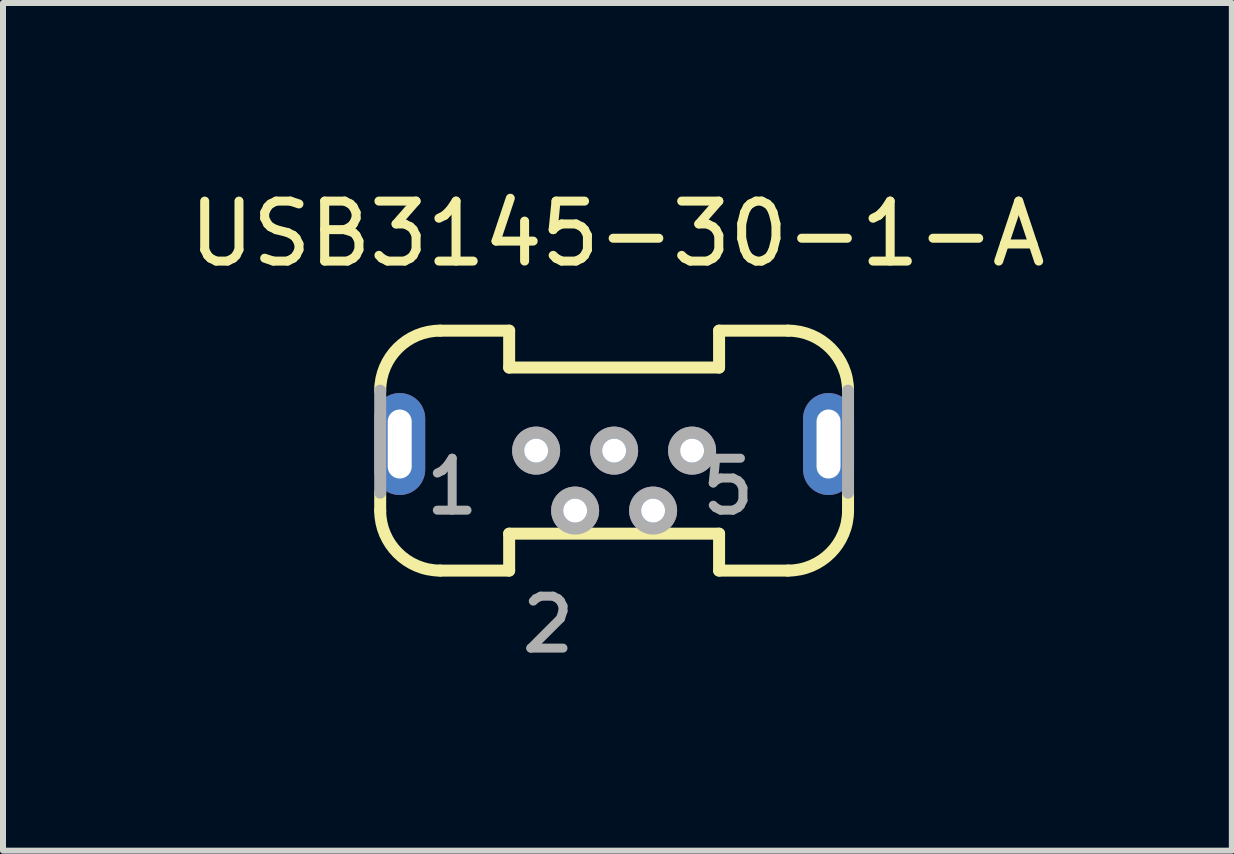
<source format=kicad_pcb>
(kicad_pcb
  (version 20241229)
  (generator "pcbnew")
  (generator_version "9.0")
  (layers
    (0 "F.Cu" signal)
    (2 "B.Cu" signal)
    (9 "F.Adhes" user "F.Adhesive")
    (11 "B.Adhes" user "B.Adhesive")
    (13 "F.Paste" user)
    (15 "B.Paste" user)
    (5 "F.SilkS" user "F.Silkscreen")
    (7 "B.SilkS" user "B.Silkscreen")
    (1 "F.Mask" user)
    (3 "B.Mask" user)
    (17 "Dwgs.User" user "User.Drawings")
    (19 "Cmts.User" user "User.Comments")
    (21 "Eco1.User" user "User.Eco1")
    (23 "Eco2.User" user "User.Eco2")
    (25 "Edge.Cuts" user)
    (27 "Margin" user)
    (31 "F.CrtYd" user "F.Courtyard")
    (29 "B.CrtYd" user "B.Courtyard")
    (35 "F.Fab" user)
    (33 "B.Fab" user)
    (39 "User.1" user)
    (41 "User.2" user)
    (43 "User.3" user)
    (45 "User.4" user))
  (footprint "USB3145-30-1-A"
    (layer "F.Cu")
    (at 7.189 4.463)
    (property "Reference" "USB3145-30-1-A" (at 0.055 -3.615 0) (layer "F.SilkS") (effects (font (size 1 1) (thickness 0.15))))
    (attr through_hole)
    (fp_line (start -3.9 1) (end -3.9 0.7) (stroke (width 0.2) (type solid)) (layer "F.SilkS"))
    (fp_line (start -1.75 -2) (end -2.9 -2) (stroke (width 0.2) (type solid)) (layer "F.SilkS"))
    (fp_line (start -1.75 -2) (end -1.75 -1.385) (stroke (width 0.2) (type solid)) (layer "F.SilkS"))
    (fp_line (start -1.75 1.385) (end -1.75 2) (stroke (width 0.2) (type solid)) (layer "F.SilkS"))
    (fp_line (start -1.75 2) (end -2.9 2) (stroke (width 0.2) (type solid)) (layer "F.SilkS"))
    (fp_line (start 1.75 -2) (end 1.75 -1.385) (stroke (width 0.2) (type solid)) (layer "F.SilkS"))
    (fp_line (start 1.75 -2) (end 2.9 -2) (stroke (width 0.2) (type solid)) (layer "F.SilkS"))
    (fp_line (start 1.75 -1.385) (end -1.75 -1.385) (stroke (width 0.2) (type solid)) (layer "F.SilkS"))
    (fp_line (start 1.75 1.385) (end -1.75 1.385) (stroke (width 0.2) (type solid)) (layer "F.SilkS"))
    (fp_line (start 1.75 1.385) (end 1.75 2) (stroke (width 0.2) (type solid)) (layer "F.SilkS"))
    (fp_line (start 2.9 2) (end 1.75 2) (stroke (width 0.2) (type solid)) (layer "F.SilkS"))
    (fp_line (start 3.9 0.7) (end 3.9 1) (stroke (width 0.2) (type solid)) (layer "F.SilkS"))
    (fp_arc (start -3.9 -1) (mid -3.607107 -1.707107) (end -2.9 -2) (stroke (width 0.2) (type solid)) (layer "F.SilkS"))
    (fp_arc (start -2.9 2) (mid -3.607107 1.707107) (end -3.9 1) (stroke (width 0.2) (type solid)) (layer "F.SilkS"))
    (fp_arc (start 2.9 -2) (mid 3.607107 -1.707107) (end 3.9 -1) (stroke (width 0.2) (type solid)) (layer "F.SilkS"))
    (fp_arc (start 3.9 1) (mid 3.607107 1.707107) (end 2.9 2) (stroke (width 0.2) (type solid)) (layer "F.SilkS"))
    (fp_line (start -3.9 -1) (end -3.9 0.7) (stroke (width 0.2) (type solid)) (layer "F.Fab"))
    (fp_line (start 3.9 -1) (end 3.9 0.7) (stroke (width 0.2) (type solid)) (layer "F.Fab"))
    (fp_circle (center -1.3 0) (end -1 0) (stroke (width 0.2) (type solid)) (fill no) (layer "F.Fab"))
    (fp_circle (center -0.65 1) (end -0.35 1) (stroke (width 0.2) (type solid)) (fill no) (layer "F.Fab"))
    (fp_circle (center 0 0) (end 0.3 0) (stroke (width 0.2) (type solid)) (fill no) (layer "F.Fab"))
    (fp_circle (center 0.65 1) (end 0.95 1) (stroke (width 0.2) (type solid)) (fill no) (layer "F.Fab"))
    (fp_circle (center 1.3 0) (end 1.6 0) (stroke (width 0.2) (type solid)) (fill no) (layer "F.Fab"))
    (fp_text user "2" (at -1.1 2.9 0) (layer "F.Fab") (effects (font (size 0.866 0.866) (thickness 0.15))))
    (fp_text user "1" (at -2.7 0.6 0) (layer "F.Fab") (effects (font (size 0.866 0.866) (thickness 0.15))))
    (fp_text user "5" (at 1.9 0.6 0) (layer "F.Fab") (effects (font (size 0.866 0.866) (thickness 0.15))))
    (pad "1" thru_hole circle (at -1.3 0) (size 0.8 0.8) (drill 0.4) (layers "*.Cu" "*.Mask"))
    (pad "2" thru_hole circle (at -0.65 1) (size 0.8 0.8) (drill 0.4) (layers "*.Cu" "*.Mask"))
    (pad "3" thru_hole circle (at 0 0) (size 0.8 0.8) (drill 0.4) (layers "*.Cu" "*.Mask"))
    (pad "4" thru_hole circle (at 0.65 1) (size 0.8 0.8) (drill 0.4) (layers "*.Cu" "*.Mask"))
    (pad "5" thru_hole circle (at 1.3 0) (size 0.8 0.8) (drill 0.4) (layers "*.Cu" "*.Mask"))
    (pad "S1" thru_hole oval (at -3.575 -0.11) (size 0.85 1.7) (drill oval 0.4 1.15) (layers "*.Cu" "*.Mask"))
    (pad "S2" thru_hole oval (at 3.575 -0.11) (size 0.85 1.7) (drill oval 0.4 1.15) (layers "*.Cu" "*.Mask")))
  (gr_rect
    (start -3 -3)
    (end 17.488 11.133)
    (stroke (width 0.1) (type default))
    (fill no)
    (layer "Edge.Cuts")))
</source>
